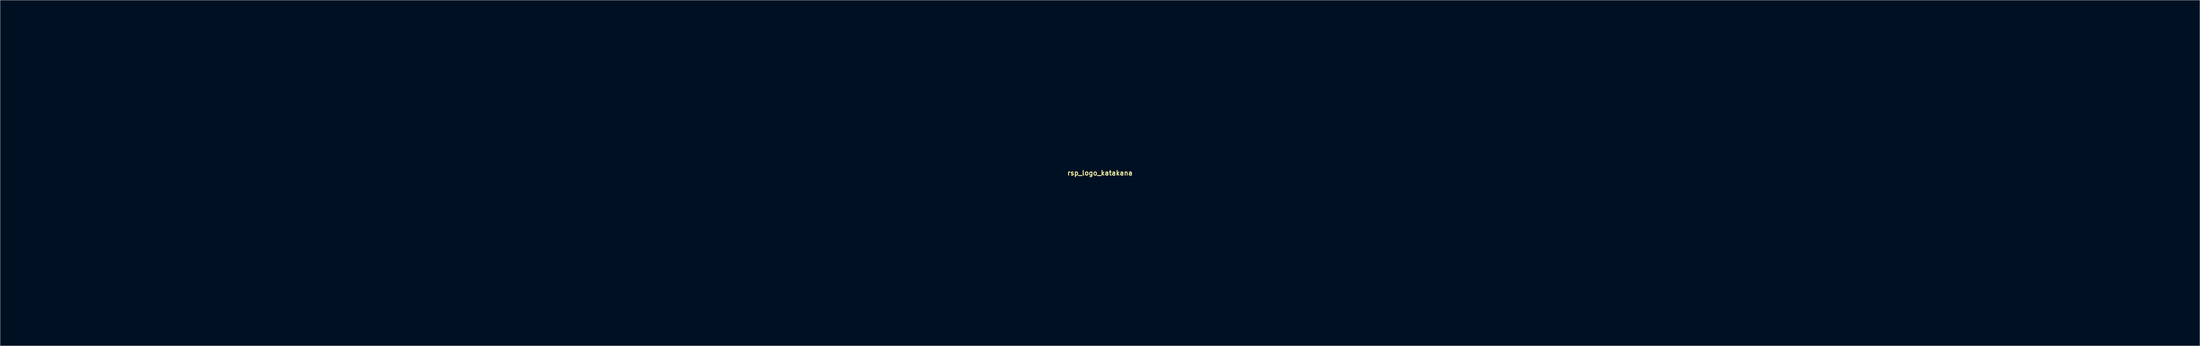
<source format=kicad_pcb>
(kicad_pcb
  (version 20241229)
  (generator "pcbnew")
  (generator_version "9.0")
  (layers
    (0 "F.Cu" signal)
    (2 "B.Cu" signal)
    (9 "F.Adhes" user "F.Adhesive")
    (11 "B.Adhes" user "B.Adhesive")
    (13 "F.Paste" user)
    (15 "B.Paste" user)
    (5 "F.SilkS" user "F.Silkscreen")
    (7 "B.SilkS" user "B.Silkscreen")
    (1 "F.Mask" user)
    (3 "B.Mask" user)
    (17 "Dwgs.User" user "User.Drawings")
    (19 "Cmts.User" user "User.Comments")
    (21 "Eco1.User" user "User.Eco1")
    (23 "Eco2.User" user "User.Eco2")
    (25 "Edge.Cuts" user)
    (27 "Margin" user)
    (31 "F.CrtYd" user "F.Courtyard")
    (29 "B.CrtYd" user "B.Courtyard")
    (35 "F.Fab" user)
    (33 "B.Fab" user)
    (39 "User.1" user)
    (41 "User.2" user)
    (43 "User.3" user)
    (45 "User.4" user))
  (footprint "rsp_logo_katakana"
    (layer "F.Cu")
    (at 352.783 52.922)
    (property "Reference" "rsp_logo_katakana" (at 0 0 0) (layer "F.SilkS") (effects (font (size 1.524 1.524) (thickness 0.3))))
    (attr through_hole)
    (fp_poly (pts (xy -235.656 24.694) (xy -240.242 24.694) (xy -240.242 20.461) (xy -235.656 20.461) (xy -235.656 24.694)) (stroke (width 0.01) (type solid)) (fill no) (layer "Eco2.User"))
    (fp_poly (pts (xy 116.769 -16.581) (xy 107.244 -16.581) (xy 107.244 -28.928) (xy 116.769 -28.928) (xy 116.769 -16.581)) (stroke (width 0.01) (type solid)) (fill no) (layer "Eco2.User"))
    (fp_poly (pts (xy 17.992 26.615) (xy 17.776 27.737) (xy 17.208 28.379) (xy 16.146 28.818) (xy 14.944 28.891) (xy 13.91 28.599) (xy 13.607 28.373) (xy 13.077 27.502) (xy 13.175 26.684) (xy 13.822 26.005) (xy 14.943 25.549) (xy 16.306 25.4) (xy 17.992 25.4) (xy 17.992 26.615)) (stroke (width 0.01) (type solid)) (fill no) (layer "Eco2.User"))
    (fp_poly (pts (xy 58.561 26.615) (xy 58.346 27.737) (xy 57.777 28.379) (xy 56.715 28.818) (xy 55.513 28.891) (xy 54.48 28.599) (xy 54.177 28.373) (xy 53.647 27.502) (xy 53.744 26.684) (xy 54.392 26.005) (xy 55.512 25.549) (xy 56.876 25.4) (xy 58.561 25.4) (xy 58.561 26.615)) (stroke (width 0.01) (type solid)) (fill no) (layer "Eco2.User"))
    (fp_poly (pts (xy 88.282 -37.064) (xy 89.719 -36.327) (xy 90.576 -35.277) (xy 90.874 -34.342) (xy 90.87 -32.793) (xy 90.326 -31.508) (xy 89.377 -30.567) (xy 88.157 -30.049) (xy 86.799 -30.035) (xy 85.436 -30.603) (xy 85.072 -30.878) (xy 84.307 -31.738) (xy 83.819 -32.679) (xy 83.786 -32.801) (xy 83.796 -34.174) (xy 84.341 -35.432) (xy 85.28 -36.443) (xy 86.471 -37.073) (xy 87.775 -37.187) (xy 88.282 -37.064)) (stroke (width 0.01) (type solid)) (fill no) (layer "Eco2.User"))
    (fp_poly (pts (xy 99.066 21.009) (xy 99.797 21.897) (xy 100.283 23.134) (xy 100.452 24.631) (xy 100.231 26.299) (xy 100.205 26.398) (xy 99.583 27.786) (xy 98.659 28.588) (xy 97.499 28.761) (xy 96.772 28.569) (xy 96.009 28.065) (xy 95.532 27.208) (xy 95.296 25.875) (xy 95.25 24.525) (xy 95.288 23.188) (xy 95.442 22.325) (xy 95.776 21.705) (xy 96.116 21.327) (xy 97.154 20.635) (xy 98.161 20.559) (xy 99.066 21.009)) (stroke (width 0.01) (type solid)) (fill no) (layer "Eco2.User"))
    (fp_poly (pts (xy -288.49 -15.682) (xy -286.039 -15.046) (xy -284.699 -14.403) (xy -282.828 -13.334) (xy -288.107 -8.056) (xy -289.31 -8.789) (xy -290.826 -9.37) (xy -292.529 -9.495) (xy -294.118 -9.156) (xy -294.611 -8.915) (xy -295.419 -8.205) (xy -296.169 -7.183) (xy -296.341 -6.864) (xy -296.552 -6.38) (xy -296.716 -5.846) (xy -296.839 -5.17) (xy -296.926 -4.26) (xy -296.984 -3.024) (xy -297.018 -1.37) (xy -297.034 0.793) (xy -297.039 3.557) (xy -297.039 3.992) (xy -297.039 13.406) (xy -304.094 13.406) (xy -304.094 -15.522) (xy -297.039 -15.522) (xy -297.039 -12.705) (xy -295.459 -13.91) (xy -293.332 -15.108) (xy -290.965 -15.701) (xy -288.49 -15.682)) (stroke (width 0.01) (type solid)) (fill no) (layer "Eco2.User"))
    (fp_poly (pts (xy -233.877 27.959) (xy -233.737 28.287) (xy -233.641 28.944) (xy -233.581 30.021) (xy -233.549 31.608) (xy -233.539 33.795) (xy -233.539 34.219) (xy -233.539 40.569) (xy -304.8 40.569) (xy -304.8 34.219) (xy -304.797 31.962) (xy -304.78 30.314) (xy -304.738 29.181) (xy -304.661 28.465) (xy -304.539 28.072) (xy -304.36 27.905) (xy -304.115 27.87) (xy -304.094 27.869) (xy -303.834 27.902) (xy -303.647 28.065) (xy -303.521 28.459) (xy -303.445 29.184) (xy -303.405 30.34) (xy -303.391 32.028) (xy -303.389 33.69) (xy -303.389 39.511) (xy -234.597 39.511) (xy -234.597 33.69) (xy -234.589 31.505) (xy -234.558 29.931) (xy -234.496 28.875) (xy -234.395 28.242) (xy -234.245 27.939) (xy -234.068 27.869) (xy -233.877 27.959)) (stroke (width 0.01) (type solid)) (fill no) (layer "Eco2.User"))
    (fp_poly (pts (xy -233.539 -34.572) (xy -233.546 -32.278) (xy -233.574 -30.598) (xy -233.628 -29.443) (xy -233.718 -28.723) (xy -233.85 -28.347) (xy -234.033 -28.224) (xy -234.068 -28.222) (xy -234.269 -28.316) (xy -234.414 -28.66) (xy -234.509 -29.349) (xy -234.566 -30.48) (xy -234.592 -32.147) (xy -234.597 -33.867) (xy -234.597 -39.511) (xy -303.389 -39.511) (xy -303.389 -33.867) (xy -303.393 -31.756) (xy -303.414 -30.25) (xy -303.464 -29.246) (xy -303.556 -28.642) (xy -303.703 -28.339) (xy -303.918 -28.233) (xy -304.094 -28.222) (xy -304.345 -28.252) (xy -304.528 -28.406) (xy -304.654 -28.78) (xy -304.734 -29.47) (xy -304.778 -30.571) (xy -304.796 -32.179) (xy -304.8 -34.39) (xy -304.8 -34.572) (xy -304.8 -40.922) (xy -233.539 -40.922) (xy -233.539 -34.572)) (stroke (width 0.01) (type solid)) (fill no) (layer "Eco2.User"))
    (fp_poly (pts (xy -242.098 -15.734) (xy -239.68 -15.22) (xy -237.672 -14.274) (xy -236.06 -12.866) (xy -234.827 -10.966) (xy -233.958 -8.544) (xy -233.436 -5.568) (xy -233.245 -2.008) (xy -233.31 1.058) (xy -233.508 3.879) (xy -233.831 6.133) (xy -234.312 7.952) (xy -234.983 9.471) (xy -235.647 10.516) (xy -237.136 12.001) (xy -239.05 13.053) (xy -241.241 13.654) (xy -243.563 13.786) (xy -245.87 13.43) (xy -248.014 12.569) (xy -248.698 12.145) (xy -250.472 10.924) (xy -250.472 24.342) (xy -257.528 24.342) (xy -257.528 0.252) (xy -250.447 0.252) (xy -250.259 2.705) (xy -249.817 4.598) (xy -249.103 5.986) (xy -248.1 6.922) (xy -247.285 7.316) (xy -245.804 7.582) (xy -244.181 7.476) (xy -242.759 7.032) (xy -242.454 6.858) (xy -241.711 6.266) (xy -241.168 5.532) (xy -240.796 4.543) (xy -240.567 3.187) (xy -240.45 1.351) (xy -240.418 -1.058) (xy -240.43 -3.138) (xy -240.475 -4.645) (xy -240.567 -5.708) (xy -240.72 -6.461) (xy -240.949 -7.033) (xy -241.083 -7.272) (xy -242.262 -8.606) (xy -243.831 -9.351) (xy -245.307 -9.525) (xy -247.039 -9.357) (xy -248.354 -8.811) (xy -249.302 -7.819) (xy -249.931 -6.315) (xy -250.293 -4.235) (xy -250.397 -2.816) (xy -250.447 0.252) (xy -257.528 0.252) (xy -257.528 -15.522) (xy -250.825 -15.522) (xy -250.825 -14.111) (xy -250.777 -13.227) (xy -250.656 -12.736) (xy -250.607 -12.7) (xy -250.233 -12.913) (xy -249.544 -13.45) (xy -249.194 -13.749) (xy -247.554 -14.794) (xy -245.519 -15.497) (xy -243.344 -15.787) (xy -242.098 -15.734)) (stroke (width 0.01) (type solid)) (fill no) (layer "Eco2.User"))
    (fp_poly (pts (xy -269.672 -15.681) (xy -268.956 -15.597) (xy -267.228 -15.276) (xy -265.444 -14.792) (xy -263.781 -14.212) (xy -262.419 -13.597) (xy -261.536 -13.013) (xy -261.425 -12.896) (xy -261.42 -12.484) (xy -261.895 -11.767) (xy -262.888 -10.69) (xy -263.116 -10.463) (xy -265.153 -8.446) (xy -266.72 -9.137) (xy -268.425 -9.71) (xy -270.26 -10.034) (xy -272.071 -10.113) (xy -273.702 -9.954) (xy -274.996 -9.561) (xy -275.8 -8.94) (xy -275.866 -8.831) (xy -276.114 -8.018) (xy -276.225 -6.966) (xy -276.225 -6.91) (xy -276.115 -6.056) (xy -275.721 -5.418) (xy -274.949 -4.95) (xy -273.702 -4.601) (xy -271.886 -4.325) (xy -270.917 -4.217) (xy -268.236 -3.871) (xy -266.133 -3.429) (xy -264.481 -2.851) (xy -263.156 -2.097) (xy -262.439 -1.521) (xy -261.058 0.132) (xy -260.264 2.094) (xy -260.032 4.435) (xy -260.058 5.063) (xy -260.532 7.492) (xy -261.609 9.569) (xy -263.264 11.268) (xy -265.476 12.563) (xy -267.441 13.243) (xy -269.06 13.528) (xy -271.123 13.684) (xy -273.379 13.711) (xy -275.579 13.61) (xy -277.471 13.382) (xy -278.26 13.211) (xy -280.291 12.549) (xy -281.919 11.717) (xy -283.264 10.72) (xy -284.39 9.772) (xy -282.178 7.54) (xy -281.103 6.481) (xy -280.39 5.867) (xy -279.922 5.625) (xy -279.581 5.683) (xy -279.406 5.816) (xy -278.769 6.246) (xy -277.757 6.788) (xy -277.094 7.099) (xy -275.485 7.618) (xy -273.674 7.89) (xy -271.813 7.931) (xy -270.052 7.754) (xy -268.544 7.374) (xy -267.438 6.803) (xy -266.919 6.158) (xy -266.685 4.867) (xy -266.892 3.626) (xy -267.475 2.663) (xy -268.013 2.298) (xy -268.599 2.16) (xy -269.722 1.974) (xy -271.218 1.766) (xy -272.829 1.571) (xy -275.67 1.151) (xy -277.908 0.579) (xy -279.637 -0.183) (xy -280.95 -1.176) (xy -281.799 -2.213) (xy -282.288 -3.038) (xy -282.575 -3.832) (xy -282.712 -4.83) (xy -282.751 -6.266) (xy -282.751 -6.526) (xy -282.724 -8.041) (xy -282.602 -9.103) (xy -282.327 -9.964) (xy -281.841 -10.875) (xy -281.68 -11.139) (xy -280.147 -12.97) (xy -278.111 -14.364) (xy -275.641 -15.297) (xy -272.805 -15.744) (xy -269.672 -15.681)) (stroke (width 0.01) (type solid)) (fill no) (layer "Eco2.User"))
    (fp_poly (pts (xy 352.778 52.917) (xy -352.778 52.917) (xy -352.778 -48.683) (xy -320.675 -48.683) (xy -320.675 48.683) (xy -311.503 48.683) (xy -311.503 -47.625) (xy -310.444 -47.625) (xy -310.444 47.625) (xy -227.542 47.625) (xy -227.542 -47.625) (xy -310.444 -47.625) (xy -311.503 -47.625) (xy -311.503 -48.683) (xy -226.483 -48.683) (xy -226.483 48.683) (xy -217.664 48.683) (xy -217.664 18.168) (xy -98.663 18.168) (xy -94.721 31.036) (xy -93.422 31.04) (xy -92.123 31.044) (xy -90.789 26.992) (xy -90.261 25.46) (xy -89.793 24.237) (xy -89.434 23.442) (xy -89.234 23.195) (xy -89.229 23.2) (xy -89.027 23.619) (xy -88.653 24.562) (xy -88.16 25.883) (xy -87.663 27.27) (xy -86.324 31.081) (xy -85.067 30.974) (xy -83.809 30.868) (xy -81.943 24.871) (xy -81.334 22.914) (xy -80.794 21.184) (xy -80.359 19.797) (xy -80.066 18.867) (xy -79.955 18.521) (xy -79.886 18.531) (xy -79.743 18.818) (xy -79.506 19.44) (xy -79.158 20.45) (xy -78.68 21.905) (xy -78.052 23.862) (xy -77.257 26.374) (xy -76.276 29.5) (xy -76.151 29.898) (xy -75.826 30.665) (xy -75.326 30.984) (xy -74.481 31.044) (xy -73.168 31.044) (xy -71.78 26.779) (xy -70.391 22.513) (xy -68.985 26.779) (xy -67.578 31.044) (xy -66.268 31.044) (xy -65.339 30.954) (xy -64.871 30.603) (xy -64.726 30.251) (xy -64.545 29.657) (xy -64.192 28.521) (xy -63.71 26.976) (xy -63.138 25.153) (xy -62.716 23.812) (xy -60.939 18.168) (xy -59.825 21.696) (xy -59.229 23.597) (xy -58.595 25.651) (xy -58.027 27.514) (xy -57.842 28.132) (xy -56.974 31.041) (xy -55.674 31.043) (xy -54.375 31.044) (xy -53.042 26.992) (xy -52.513 25.46) (xy -52.046 24.237) (xy -51.687 23.442) (xy -51.487 23.195) (xy -51.481 23.2) (xy -51.28 23.619) (xy -50.905 24.562) (xy -50.413 25.883) (xy -49.916 27.27) (xy -48.577 31.081) (xy -47.319 30.974) (xy -46.061 30.868) (xy -45.127 27.869) (xy -41.275 27.869) (xy -41.275 31.044) (xy -37.747 31.044) (xy -37.747 27.869) (xy -41.275 27.869) (xy -45.127 27.869) (xy -44.083 24.518) (xy -42.106 18.168) (xy -43.491 18.058) (xy -44.419 18.031) (xy -45.003 18.103) (xy -45.067 18.138) (xy -45.228 18.534) (xy -45.528 19.472) (xy -45.924 20.814) (xy -46.374 22.421) (xy -46.387 22.468) (xy -47.516 26.608) (xy -48.923 22.388) (xy -50.33 18.168) (xy -52.681 18.168) (xy -54.095 22.401) (xy -55.509 26.635) (xy -56.333 23.636) (xy -56.759 22.086) (xy -57.159 20.63) (xy -57.463 19.524) (xy -57.52 19.315) (xy -57.883 17.992) (xy -33.867 17.992) (xy -33.867 31.044) (xy -31.044 31.044) (xy -31.044 26.484) (xy -31.04 24.616) (xy -31.01 23.321) (xy -30.932 22.468) (xy -30.784 21.925) (xy -30.54 21.561) (xy -30.179 21.243) (xy -30.115 21.192) (xy -29.056 20.57) (xy -28.171 20.569) (xy -27.521 20.986) (xy -27.113 21.253) (xy -26.697 21.155) (xy -26.081 20.619) (xy -25.803 20.336) (xy -25.133 19.595) (xy -24.919 19.147) (xy -25.097 18.81) (xy -25.22 18.7) (xy -26.104 18.296) (xy -24.694 18.296) (xy -24.577 18.725) (xy -24.253 19.701) (xy -23.76 21.111) (xy -23.139 22.841) (xy -22.533 24.498) (xy -20.371 30.354) (xy -20.974 31.934) (xy -21.405 32.908) (xy -21.835 33.376) (xy -22.446 33.511) (xy -22.607 33.514) (xy -23.267 33.572) (xy -23.561 33.882) (xy -23.635 34.646) (xy -23.636 34.925) (xy -23.573 35.794) (xy -23.293 36.241) (xy -22.662 36.322) (xy -21.545 36.091) (xy -21.075 35.964) (xy -20.071 35.524) (xy -19.325 34.921) (xy -19.251 34.819) (xy -19.008 34.307) (xy -18.576 33.261) (xy -17.995 31.793) (xy -17.308 30.017) (xy -16.557 28.046) (xy -15.786 25.992) (xy -15.035 23.97) (xy -14.348 22.09) (xy -13.766 20.468) (xy -13.333 19.215) (xy -13.09 18.445) (xy -13.053 18.269) (xy -13.365 18.097) (xy -14.148 18.042) (xy -14.523 18.06) (xy -15.993 18.168) (xy -17.336 22.187) (xy -17.869 23.756) (xy -18.327 25.065) (xy -18.663 25.976) (xy -18.828 26.353) (xy -18.828 26.354) (xy -18.988 26.098) (xy -19.318 25.292) (xy -19.772 24.058) (xy -20.303 22.517) (xy -20.364 22.335) (xy -21.751 18.168) (xy -23.223 18.06) (xy -24.126 18.066) (xy -24.645 18.211) (xy -24.694 18.296) (xy -26.104 18.296) (xy -26.155 18.273) (xy -27.471 18.073) (xy -28.88 18.112) (xy -30.09 18.403) (xy -30.28 18.491) (xy -31.024 18.838) (xy -31.337 18.832) (xy -31.397 18.53) (xy -31.653 18.135) (xy -32.48 17.993) (xy -32.632 17.992) (xy -10.936 17.992) (xy -10.936 31.044) (xy -8.114 31.044) (xy -8.114 26.619) (xy -8.107 24.771) (xy -8.07 23.49) (xy -7.981 22.637) (xy -7.817 22.072) (xy -7.555 21.657) (xy -7.248 21.327) (xy -6.234 20.609) (xy -5.227 20.565) (xy -4.105 21.192) (xy -4.105 21.192) (xy -3.724 21.514) (xy -3.465 21.864) (xy -3.304 22.372) (xy -3.217 23.17) (xy -3.182 24.392) (xy -3.175 26.167) (xy -3.175 26.484) (xy -3.175 31.044) (xy -0.353 31.044) (xy -0.353 26.619) (xy -0.346 24.771) (xy -0.309 23.49) (xy -0.22 22.637) (xy -0.056 22.072) (xy 0.206 21.657) (xy 0.513 21.327) (xy 1.527 20.609) (xy 2.534 20.565) (xy 3.656 21.192) (xy 3.657 21.192) (xy 4.037 21.514) (xy 4.296 21.864) (xy 4.457 22.372) (xy 4.544 23.17) (xy 4.579 24.392) (xy 4.586 26.167) (xy 4.586 26.484) (xy 4.586 31.044) (xy 7.408 31.044) (xy 7.408 27.281) (xy 10.231 27.281) (xy 10.367 28.437) (xy 10.705 29.425) (xy 10.805 29.591) (xy 11.919 30.606) (xy 13.436 31.201) (xy 15.162 31.335) (xy 16.908 30.97) (xy 17.121 30.886) (xy 17.9 30.638) (xy 18.321 30.654) (xy 18.344 30.71) (xy 18.655 30.931) (xy 19.417 31.042) (xy 19.579 31.044) (xy 20.814 31.044) (xy 20.814 25.831) (xy 20.794 23.535) (xy 20.712 21.833) (xy 20.531 20.614) (xy 20.217 19.766) (xy 19.734 19.177) (xy 19.047 18.738) (xy 18.486 18.484) (xy 16.947 18.083) (xy 15.218 18.008) (xy 13.513 18.231) (xy 12.048 18.723) (xy 11.038 19.456) (xy 11.029 19.467) (xy 10.822 19.921) (xy 11.084 20.425) (xy 11.479 20.827) (xy 12.119 21.365) (xy 12.606 21.448) (xy 13.288 21.116) (xy 13.381 21.061) (xy 14.69 20.555) (xy 15.965 20.507) (xy 17.046 20.869) (xy 17.772 21.593) (xy 17.992 22.456) (xy 17.921 22.958) (xy 17.587 23.204) (xy 16.806 23.285) (xy 16.316 23.292) (xy 13.941 23.482) (xy 12.163 24.033) (xy 10.968 24.954) (xy 10.341 26.255) (xy 10.231 27.281) (xy 7.408 27.281) (xy 7.408 26.247) (xy 7.385 24.055) (xy 7.307 22.446) (xy 7.163 21.297) (xy 6.942 20.487) (xy 6.852 20.277) (xy 5.929 19.093) (xy 4.59 18.325) (xy 3.011 18.011) (xy 1.37 18.185) (xy -0.127 18.863) (xy -0.894 19.33) (xy -1.353 19.508) (xy -1.411 19.468) (xy -1.684 19.127) (xy -2.35 18.648) (xy -2.436 18.597) (xy -3.86 18.103) (xy -5.497 18.045) (xy -7 18.432) (xy -7.144 18.502) (xy -7.82 18.811) (xy -8.08 18.75) (xy -8.114 18.5) (xy -8.376 18.141) (xy -9.216 17.997) (xy -9.525 17.992) (xy 24.694 17.992) (xy 24.694 31.044) (xy 27.517 31.044) (xy 27.517 26.619) (xy 27.523 24.775) (xy 27.558 23.497) (xy 27.646 22.645) (xy 27.811 22.079) (xy 28.075 21.66) (xy 28.422 21.288) (xy 29.212 20.668) (xy 30.014 20.539) (xy 30.45 20.603) (xy 31.213 20.812) (xy 31.755 21.165) (xy 32.114 21.771) (xy 32.325 22.739) (xy 32.427 24.179) (xy 32.455 26.199) (xy 32.456 26.526) (xy 32.456 31.044) (xy 35.278 31.044) (xy 35.278 29.53) (xy 37.714 29.53) (xy 38.567 30.089) (xy 40.433 30.935) (xy 42.584 31.315) (xy 44.759 31.21) (xy 46.492 30.695) (xy 47.869 29.737) (xy 48.704 28.424) (xy 48.872 27.281) (xy 50.8 27.281) (xy 50.936 28.437) (xy 51.274 29.425) (xy 51.374 29.591) (xy 52.489 30.606) (xy 54.005 31.201) (xy 55.732 31.335) (xy 57.477 30.97) (xy 57.69 30.886) (xy 58.47 30.638) (xy 58.89 30.654) (xy 58.914 30.71) (xy 59.224 30.931) (xy 59.987 31.042) (xy 60.149 31.044) (xy 61.383 31.044) (xy 61.383 25.831) (xy 61.364 23.535) (xy 61.281 21.833) (xy 61.1 20.614) (xy 60.786 19.766) (xy 60.488 19.403) (xy 64.206 19.403) (xy 64.316 20.177) (xy 64.729 20.45) (xy 64.911 20.461) (xy 65.21 20.503) (xy 65.41 20.706) (xy 65.531 21.189) (xy 65.592 22.067) (xy 65.614 23.46) (xy 65.617 24.667) (xy 65.625 26.466) (xy 65.667 27.71) (xy 65.77 28.551) (xy 65.958 29.138) (xy 66.259 29.623) (xy 66.53 29.959) (xy 67.204 30.637) (xy 67.92 30.956) (xy 68.984 31.044) (xy 69.176 31.044) (xy 70.908 31.044) (xy 70.908 29.832) (xy 70.84 29.003) (xy 70.497 28.639) (xy 69.762 28.509) (xy 68.615 28.399) (xy 68.602 27.869) (xy 73.731 27.869) (xy 73.731 31.044) (xy 77.258 31.044) (xy 77.258 27.869) (xy 73.731 27.869) (xy 68.602 27.869) (xy 68.538 25.327) (xy 80.501 25.327) (xy 80.698 26.993) (xy 80.775 27.302) (xy 81.544 28.96) (xy 82.75 30.275) (xy 84.174 31.051) (xy 85.644 31.269) (xy 87.311 31.147) (xy 88.85 30.731) (xy 89.644 30.312) (xy 90.715 29.549) (xy 89.783 28.576) (xy 88.85 27.603) (xy 87.539 28.321) (xy 86.639 28.756) (xy 85.997 28.834) (xy 85.285 28.586) (xy 85.193 28.542) (xy 84.147 27.76) (xy 83.521 26.568) (xy 83.288 24.986) (xy 92.432 24.986) (xy 92.576 26.728) (xy 92.895 28.219) (xy 93.335 29.167) (xy 94.682 30.443) (xy 96.364 31.182) (xy 98.208 31.338) (xy 99.936 30.914) (xy 101.368 30.045) (xy 102.344 28.799) (xy 102.951 27.049) (xy 103.052 26.537) (xy 103.245 24.152) (xy 102.965 22.038) (xy 102.246 20.291) (xy 101.12 19.007) (xy 100.379 18.551) (xy 98.522 18.02) (xy 96.656 18.109) (xy 94.939 18.773) (xy 93.53 19.97) (xy 93.113 20.546) (xy 92.695 21.667) (xy 92.469 23.223) (xy 92.432 24.986) (xy 83.288 24.986) (xy 83.27 24.867) (xy 83.261 24.403) (xy 83.319 23.192) (xy 83.573 22.376) (xy 84.13 21.652) (xy 84.287 21.492) (xy 85.47 20.66) (xy 86.658 20.533) (xy 87.863 21.108) (xy 87.919 21.152) (xy 88.797 21.842) (xy 89.738 20.86) (xy 90.323 20.201) (xy 90.451 19.803) (xy 90.169 19.435) (xy 90.054 19.333) (xy 88.512 18.405) (xy 86.753 18.008) (xy 84.949 18.119) (xy 83.273 18.714) (xy 81.895 19.769) (xy 81.336 20.521) (xy 80.842 21.813) (xy 80.556 23.508) (xy 80.501 25.327) (xy 68.538 25.327) (xy 68.516 24.43) (xy 68.416 20.461) (xy 69.662 20.461) (xy 70.497 20.404) (xy 70.841 20.11) (xy 70.908 19.403) (xy 70.84 18.692) (xy 70.49 18.4) (xy 69.674 18.344) (xy 68.439 18.344) (xy 68.439 17.992) (xy 106.539 17.992) (xy 106.539 31.044) (xy 109.361 31.044) (xy 109.361 26.619) (xy 109.368 24.775) (xy 109.403 23.497) (xy 109.491 22.645) (xy 109.655 22.079) (xy 109.919 21.66) (xy 110.266 21.288) (xy 111.057 20.668) (xy 111.859 20.539) (xy 112.295 20.603) (xy 113.058 20.812) (xy 113.6 21.165) (xy 113.958 21.771) (xy 114.17 22.739) (xy 114.271 24.179) (xy 114.3 26.199) (xy 114.3 26.526) (xy 114.3 31.044) (xy 117.066 31.044) (xy 117.182 26.426) (xy 117.237 24.533) (xy 117.306 23.214) (xy 117.411 22.341) (xy 117.577 21.784) (xy 117.826 21.411) (xy 118.131 21.135) (xy 119.31 20.544) (xy 120.48 20.607) (xy 121.356 21.167) (xy 121.648 21.524) (xy 121.847 21.995) (xy 121.97 22.71) (xy 122.035 23.802) (xy 122.059 25.4) (xy 122.061 26.458) (xy 122.061 31.044) (xy 124.883 31.044) (xy 124.883 26.088) (xy 124.853 23.719) (xy 124.743 21.943) (xy 124.521 20.652) (xy 124.157 19.734) (xy 123.621 19.081) (xy 122.881 18.581) (xy 122.778 18.527) (xy 121.246 18.07) (xy 119.522 18.062) (xy 117.937 18.495) (xy 117.563 18.693) (xy 116.786 19.13) (xy 116.252 19.198) (xy 115.606 18.896) (xy 115.27 18.693) (xy 113.776 18.135) (xy 112.085 18.035) (xy 110.528 18.407) (xy 110.331 18.502) (xy 109.655 18.811) (xy 109.395 18.75) (xy 109.361 18.5) (xy 109.099 18.141) (xy 108.259 17.997) (xy 107.95 17.992) (xy 106.539 17.992) (xy 68.439 17.992) (xy 68.439 14.464) (xy 65.617 14.464) (xy 65.617 16.404) (xy 65.586 17.525) (xy 65.454 18.11) (xy 65.159 18.324) (xy 64.911 18.344) (xy 64.395 18.511) (xy 64.213 19.13) (xy 64.206 19.403) (xy 60.488 19.403) (xy 60.303 19.177) (xy 59.616 18.738) (xy 59.056 18.484) (xy 57.517 18.083) (xy 55.787 18.008) (xy 54.082 18.231) (xy 52.617 18.723) (xy 51.607 19.456) (xy 51.598 19.467) (xy 51.391 19.921) (xy 51.653 20.425) (xy 52.049 20.827) (xy 52.688 21.365) (xy 53.175 21.448) (xy 53.857 21.116) (xy 53.951 21.061) (xy 55.259 20.555) (xy 56.534 20.507) (xy 57.615 20.869) (xy 58.342 21.593) (xy 58.561 22.456) (xy 58.49 22.958) (xy 58.156 23.204) (xy 57.376 23.285) (xy 56.885 23.292) (xy 54.51 23.482) (xy 52.732 24.033) (xy 51.537 24.954) (xy 50.91 26.255) (xy 50.8 27.281) (xy 48.872 27.281) (xy 48.93 26.886) (xy 48.813 26.141) (xy 48.205 24.879) (xy 47.094 24.011) (xy 45.424 23.502) (xy 44.606 23.393) (xy 43.363 23.229) (xy 42.342 23.021) (xy 41.892 22.87) (xy 41.364 22.28) (xy 41.36 21.519) (xy 41.871 20.877) (xy 41.957 20.826) (xy 43.009 20.531) (xy 44.334 20.487) (xy 45.548 20.692) (xy 45.918 20.844) (xy 46.536 21.019) (xy 47.146 20.724) (xy 47.482 20.43) (xy 48.064 19.814) (xy 48.329 19.396) (xy 48.331 19.38) (xy 48.013 19.035) (xy 47.193 18.664) (xy 46.066 18.328) (xy 44.831 18.084) (xy 43.702 17.992) (xy 41.739 18.228) (xy 40.182 18.894) (xy 39.102 19.922) (xy 38.569 21.246) (xy 38.653 22.799) (xy 38.654 22.804) (xy 39.246 24.088) (xy 40.314 24.987) (xy 41.928 25.549) (xy 43.003 25.722) (xy 44.703 26.047) (xy 45.722 26.542) (xy 46.066 27.21) (xy 45.898 27.8) (xy 45.177 28.462) (xy 44.028 28.797) (xy 42.654 28.795) (xy 41.257 28.45) (xy 40.374 28.001) (xy 39.842 27.745) (xy 39.374 27.879) (xy 38.722 28.478) (xy 38.677 28.525) (xy 37.714 29.53) (xy 35.278 29.53) (xy 35.278 26.129) (xy 35.254 24.26) (xy 35.187 22.578) (xy 35.089 21.244) (xy 34.967 20.416) (xy 34.934 20.308) (xy 34.183 19.249) (xy 32.965 18.485) (xy 31.475 18.072) (xy 29.91 18.063) (xy 28.487 18.502) (xy 27.81 18.811) (xy 27.55 18.75) (xy 27.517 18.5) (xy 27.255 18.141) (xy 26.415 17.997) (xy 26.106 17.992) (xy 24.694 17.992) (xy -9.525 17.992) (xy -10.936 17.992) (xy -32.632 17.992) (xy -33.867 17.992) (xy -57.883 17.992) (xy -64.05 17.992) (xy -65.057 21.784) (xy -65.485 23.358) (xy -65.868 24.699) (xy -66.159 25.647) (xy -66.297 26.02) (xy -66.485 25.877) (xy -66.832 25.169) (xy -67.292 24.008) (xy -67.819 22.502) (xy -67.909 22.228) (xy -68.483 20.48) (xy -68.903 19.295) (xy -69.233 18.562) (xy -69.537 18.173) (xy -69.881 18.02) (xy -70.327 17.992) (xy -70.403 17.992) (xy -71.519 17.992) (xy -72.868 22.239) (xy -73.396 23.816) (xy -73.864 25.048) (xy -74.227 25.827) (xy -74.44 26.05) (xy -74.456 26.031) (xy -74.64 25.52) (xy -74.956 24.486) (xy -75.355 23.09) (xy -75.712 21.785) (xy -76.729 17.994) (xy -79.806 17.993) (xy -82.883 17.992) (xy -83.41 19.844) (xy -83.789 21.193) (xy -84.24 22.831) (xy -84.6 24.154) (xy -85.262 26.612) (xy -86.669 22.39) (xy -88.077 18.168) (xy -90.429 18.168) (xy -93.252 26.635) (xy -94.404 22.454) (xy -94.859 20.838) (xy -95.256 19.484) (xy -95.556 18.531) (xy -95.715 18.115) (xy -95.719 18.11) (xy -96.142 18.032) (xy -96.992 18.039) (xy -97.272 18.058) (xy -98.663 18.168) (xy -217.664 18.168) (xy -217.664 -1.764) (xy -200.731 -1.764) (xy -200.731 1.764) (xy 273.756 1.764) (xy 273.756 -1.764) (xy -200.731 -1.764) (xy -217.664 -1.764) (xy -217.664 -11.272) (xy -168.696 -11.272) (xy -162.754 -11.368) (xy -156.812 -11.465) (xy -155.866 -21.696) (xy -155.622 -24.365) (xy -155.561 -25.047) (xy -152.4 -25.047) (xy -152.4 -19.756) (xy -131.939 -19.756) (xy -131.939 -25.047) (xy -152.4 -25.047) (xy -155.561 -25.047) (xy -155.399 -26.855) (xy -155.207 -29.064) (xy -155.053 -30.892) (xy -154.947 -32.238) (xy -154.897 -33.001) (xy -154.895 -33.073) (xy -154.869 -34.219) (xy -131.233 -34.219) (xy -131.233 -28.928) (xy -121.532 -28.928) (xy -118.998 -28.919) (xy -116.711 -28.893) (xy -114.761 -28.852) (xy -113.238 -28.8) (xy -112.232 -28.739) (xy -111.834 -28.67) (xy -111.831 -28.664) (xy -111.936 -28.242) (xy -112.223 -27.297) (xy -112.646 -25.972) (xy -113.108 -24.567) (xy -113.696 -22.84) (xy -114.131 -21.768) (xy -114.48 -21.333) (xy -114.807 -21.518) (xy -115.179 -22.308) (xy -115.662 -23.686) (xy -115.734 -23.901) (xy -116.474 -26.106) (xy -122.09 -26.106) (xy -123.991 -26.1) (xy -125.616 -26.085) (xy -126.848 -26.063) (xy -127.568 -26.035) (xy -127.706 -26.015) (xy -127.592 -25.671) (xy -127.273 -24.763) (xy -126.786 -23.39) (xy -126.164 -21.651) (xy -125.444 -19.647) (xy -125.228 -19.047) (xy -124.476 -16.957) (xy -123.799 -15.08) (xy -123.238 -13.522) (xy -122.83 -12.388) (xy -122.613 -11.785) (xy -122.594 -11.73) (xy -122.212 -11.577) (xy -121.283 -11.453) (xy -119.952 -11.359) (xy -118.363 -11.298) (xy -116.661 -11.27) (xy -114.991 -11.277) (xy -113.497 -11.32) (xy -112.325 -11.401) (xy -111.849 -11.482) (xy -86.783 -11.482) (xy -86.45 -11.418) (xy -85.526 -11.364) (xy -84.126 -11.321) (xy -82.367 -11.295) (xy -80.842 -11.289) (xy -74.901 -11.289) (xy -62.498 -27.693) (xy -68.366 -27.79) (xy -70.348 -27.814) (xy -72.093 -27.817) (xy -73.475 -27.802) (xy -74.366 -27.768) (xy -74.632 -27.734) (xy -74.92 -27.43) (xy -75.557 -26.645) (xy -76.478 -25.467) (xy -77.615 -23.986) (xy -78.904 -22.288) (xy -80.279 -20.461) (xy -81.674 -18.595) (xy -83.023 -16.776) (xy -84.26 -15.092) (xy -85.32 -13.633) (xy -86.136 -12.485) (xy -86.644 -11.736) (xy -86.783 -11.482) (xy -111.849 -11.482) (xy -111.618 -11.521) (xy -111.478 -11.621) (xy -111.591 -12.095) (xy -111.888 -13.037) (xy -112.308 -14.253) (xy -112.36 -14.397) (xy -112.788 -15.613) (xy -113.102 -16.557) (xy -113.24 -17.044) (xy -113.242 -17.064) (xy -112.911 -17.149) (xy -112.01 -17.219) (xy -110.672 -17.267) (xy -109.033 -17.286) (xy -108.895 -17.286) (xy -104.549 -17.286) (xy -101.991 -23.218) (xy -101.151 -25.222) (xy -100.404 -27.106) (xy -99.801 -28.734) (xy -99.393 -29.969) (xy -99.238 -30.609) (xy -99.178 -31.625) (xy -99.426 -32.346) (xy -100.107 -33.134) (xy -100.118 -33.144) (xy -101.193 -34.219) (xy -96.308 -34.219) (xy -96.308 -28.928) (xy -81.139 -28.928) (xy -81.139 -31.75) (xy -60.325 -31.75) (xy -60.325 -26.458) (xy -56.092 -26.458) (xy -56.092 -14.817) (xy -46.214 -14.817) (xy -46.214 -26.458) (xy -41.213 -26.458) (xy -41.417 -25.135) (xy -41.534 -24.324) (xy -41.72 -22.972) (xy -41.955 -21.241) (xy -42.215 -19.289) (xy -42.34 -18.344) (xy -42.6 -16.399) (xy -42.841 -14.652) (xy -43.044 -13.246) (xy -43.187 -12.324) (xy -43.232 -12.083) (xy -43.405 -11.289) (xy -33.251 -11.289) (xy -9.538 -11.289) (xy -5.387 -11.289) (xy -1.235 -11.289) (xy 1.382 -20.902) (xy 2.066 -23.409) (xy 2.695 -25.705) (xy 3.242 -27.697) (xy 3.685 -29.295) (xy 3.996 -30.408) (xy 4.151 -30.943) (xy 4.159 -30.967) (xy 4.081 -31.16) (xy 3.627 -31.281) (xy 2.707 -31.34) (xy 1.229 -31.343) (xy -0.025 -31.32) (xy -4.368 -31.221) (xy -6.714 -22.225) (xy -7.355 -19.763) (xy -7.948 -17.484) (xy -8.466 -15.489) (xy -8.883 -13.881) (xy -9.171 -12.762) (xy -9.299 -12.259) (xy -9.538 -11.289) (xy -33.251 -11.289) (xy -33.054 -12.612) (xy -32.945 -13.393) (xy -32.767 -14.729) (xy -32.538 -16.478) (xy -32.278 -18.493) (xy -32.061 -20.197) (xy -31.265 -26.458) (xy -26.458 -26.458) (xy -26.458 -31.397) (xy -24.081 -31.397) (xy -23.898 -30.251) (xy -23.802 -29.529) (xy -23.652 -28.246) (xy -23.461 -26.541) (xy -23.247 -24.555) (xy -23.068 -22.842) (xy -22.422 -16.581) (xy -19.501 -16.581) (xy -17.938 -16.616) (xy -16.999 -16.73) (xy -16.608 -16.935) (xy -16.586 -17.022) (xy -16.624 -17.499) (xy -16.726 -18.558) (xy -16.88 -20.082) (xy -17.075 -21.95) (xy -17.291 -23.989) (xy -17.512 -26.079) (xy -17.705 -27.94) (xy -17.857 -29.453) (xy -17.956 -30.499) (xy -17.991 -30.956) (xy -18.223 -31.188) (xy -18.971 -31.33) (xy -20.313 -31.392) (xy -21.036 -31.397) (xy -15.937 -31.397) (xy -15.735 -30.074) (xy -15.627 -29.253) (xy -15.467 -27.894) (xy -15.273 -26.164) (xy -15.064 -24.225) (xy -14.984 -23.46) (xy -14.744 -21.096) (xy -14.557 -19.342) (xy -14.374 -18.107) (xy -14.15 -17.301) (xy -13.838 -16.834) (xy -13.39 -16.618) (xy -12.762 -16.561) (xy -11.905 -16.575) (xy -11.41 -16.581) (xy -8.722 -16.581) (xy -8.935 -18.785) (xy -9.042 -19.959) (xy -9.188 -21.633) (xy -9.354 -23.607) (xy -9.525 -25.677) (xy -9.567 -26.194) (xy -9.986 -31.397) (xy -15.937 -31.397) (xy -21.036 -31.397) (xy -24.081 -31.397) (xy -26.458 -31.397) (xy -26.458 -31.75) (xy -30.678 -31.75) (xy -30.34 -34.219) (xy 7.056 -34.219) (xy 7.056 -11.289) (xy 18.697 -11.289) (xy 18.697 -21.167) (xy 37.042 -21.167) (xy 37.042 -26.458) (xy 18.697 -26.458) (xy 18.697 -34.219) (xy 56.092 -34.219) (xy 56.092 -28.928) (xy 65.44 -28.928) (xy 67.926 -28.921) (xy 70.162 -28.902) (xy 72.059 -28.872) (xy 73.523 -28.834) (xy 74.464 -28.789) (xy 74.789 -28.74) (xy 74.73 -28.348) (xy 74.568 -27.378) (xy 74.323 -25.95) (xy 74.016 -24.181) (xy 73.667 -22.189) (xy 73.298 -20.09) (xy 72.929 -18.004) (xy 72.581 -16.048) (xy 72.275 -14.34) (xy 72.031 -12.998) (xy 71.87 -12.138) (xy 71.823 -11.906) (xy 71.819 -11.677) (xy 71.996 -11.513) (xy 72.448 -11.403) (xy 73.273 -11.336) (xy 74.568 -11.302) (xy 76.429 -11.29) (xy 77.468 -11.289) (xy 79.399 -11.297) (xy 81.057 -11.32) (xy 82.325 -11.355) (xy 83.086 -11.398) (xy 83.256 -11.432) (xy 83.317 -11.818) (xy 83.485 -12.766) (xy 83.735 -14.149) (xy 84.044 -15.835) (xy 84.387 -17.695) (xy 84.741 -19.599) (xy 85.081 -21.417) (xy 85.384 -23.019) (xy 85.625 -24.276) (xy 85.742 -24.871) (xy 86.097 -26.635) (xy 87.817 -26.696) (xy 89.858 -27.083) (xy 91.656 -28.027) (xy 93.067 -29.427) (xy 93.816 -30.803) (xy 94.087 -32.063) (xy 97.014 -32.063) (xy 97.014 -22.813) (xy 97.019 -19.823) (xy 97.045 -17.458) (xy 97.104 -15.637) (xy 97.21 -14.28) (xy 97.378 -13.306) (xy 97.62 -12.635) (xy 97.95 -12.185) (xy 98.382 -11.877) (xy 98.904 -11.639) (xy 99.463 -11.555) (xy 100.627 -11.484) (xy 102.297 -11.425) (xy 104.371 -11.379) (xy 106.75 -11.345) (xy 109.334 -11.324) (xy 112.022 -11.316) (xy 114.715 -11.321) (xy 117.312 -11.338) (xy 119.713 -11.369) (xy 121.818 -11.412) (xy 123.526 -11.468) (xy 124.066 -11.499) (xy 141.817 -11.499) (xy 142.15 -11.429) (xy 143.072 -11.369) (xy 144.467 -11.323) (xy 146.218 -11.295) (xy 147.615 -11.289) (xy 153.413 -11.289) (xy 165.402 -27.693) (xy 159.531 -27.79) (xy 157.549 -27.814) (xy 155.804 -27.817) (xy 154.422 -27.802) (xy 153.531 -27.769) (xy 153.265 -27.735) (xy 152.984 -27.425) (xy 152.367 -26.624) (xy 151.48 -25.423) (xy 150.387 -23.915) (xy 149.151 -22.19) (xy 147.837 -20.339) (xy 146.508 -18.453) (xy 145.231 -16.623) (xy 144.067 -14.94) (xy 143.082 -13.496) (xy 142.34 -12.38) (xy 141.905 -11.684) (xy 141.817 -11.499) (xy 124.066 -11.499) (xy 124.738 -11.538) (xy 125.353 -11.62) (xy 125.371 -11.626) (xy 126.204 -12.166) (xy 126.893 -12.933) (xy 127.092 -13.296) (xy 127.244 -13.764) (xy 127.357 -14.427) (xy 127.436 -15.376) (xy 127.487 -16.7) (xy 127.515 -18.489) (xy 127.527 -20.833) (xy 127.529 -22.754) (xy 127.525 -25.52) (xy 127.517 -26.458) (xy 130.881 -26.458) (xy 130.881 -21.519) (xy 144.639 -21.519) (xy 144.639 -26.458) (xy 130.881 -26.458) (xy 127.517 -26.458) (xy 127.508 -27.67) (xy 127.473 -29.295) (xy 127.413 -30.484) (xy 127.324 -31.328) (xy 127.198 -31.917) (xy 127.031 -32.34) (xy 126.893 -32.575) (xy 126.152 -33.382) (xy 125.338 -33.895) (xy 124.728 -33.987) (xy 123.463 -34.061) (xy 121.595 -34.115) (xy 119.174 -34.149) (xy 116.25 -34.162) (xy 112.876 -34.153) (xy 111.568 -34.144) (xy 98.716 -34.043) (xy 97.865 -33.053) (xy 97.014 -32.063) (xy 94.087 -32.063) (xy 94.114 -32.19) (xy 94.168 -33.88) (xy 94.13 -34.219) (xy 130.881 -34.219) (xy 130.881 -29.281) (xy 144.639 -29.281) (xy 144.639 -31.075) (xy 153.485 -31.075) (xy 153.559 -30.42) (xy 153.892 -30.1) (xy 154.529 -29.996) (xy 155.375 -29.986) (xy 156.547 -30.035) (xy 157.187 -30.216) (xy 157.219 -30.258) (xy 158.865 -30.258) (xy 159.175 -30.071) (xy 159.951 -29.996) (xy 160.797 -29.986) (xy 162.892 -29.986) (xy 163.023 -30.692) (xy 168.275 -30.692) (xy 168.275 -26.458) (xy 175.683 -26.458) (xy 175.683 -15.875) (xy 168.275 -15.875) (xy 168.275 -11.289) (xy 193.322 -11.289) (xy 193.322 -15.875) (xy 185.914 -15.875) (xy 185.914 -16.855) (xy 195.439 -16.855) (xy 195.772 -16.762) (xy 196.692 -16.682) (xy 198.08 -16.622) (xy 199.817 -16.587) (xy 201.022 -16.581) (xy 206.606 -16.581) (xy 207.4 -21.255) (xy 207.708 -23.036) (xy 207.987 -24.602) (xy 208.211 -25.802) (xy 208.351 -26.486) (xy 208.367 -26.547) (xy 208.523 -26.821) (xy 208.892 -27.001) (xy 209.598 -27.105) (xy 210.768 -27.153) (xy 212.396 -27.164) (xy 213.95 -27.152) (xy 215.205 -27.121) (xy 216.017 -27.074) (xy 216.253 -27.027) (xy 216.191 -26.656) (xy 216.018 -25.693) (xy 215.752 -24.24) (xy 215.412 -22.401) (xy 215.017 -20.275) (xy 214.845 -19.354) (xy 214.432 -17.132) (xy 214.067 -15.144) (xy 213.768 -13.495) (xy 213.554 -12.289) (xy 213.445 -11.631) (xy 213.434 -11.545) (xy 213.766 -11.459) (xy 214.686 -11.396) (xy 216.077 -11.359) (xy 217.822 -11.353) (xy 219.147 -11.368) (xy 224.864 -11.465) (xy 226.362 -18.874) (xy 227 -22.156) (xy 227.458 -24.821) (xy 227.74 -26.931) (xy 227.855 -28.549) (xy 227.807 -29.738) (xy 227.603 -30.561) (xy 227.531 -30.711) (xy 227.183 -31.243) (xy 226.717 -31.656) (xy 226.049 -31.965) (xy 225.092 -32.183) (xy 223.758 -32.327) (xy 221.961 -32.41) (xy 219.615 -32.448) (xy 217.282 -32.456) (xy 209.458 -32.456) (xy 209.658 -33.69) (xy 209.744 -34.219) (xy 231.775 -34.219) (xy 231.775 -11.289) (xy 243.417 -11.289) (xy 243.417 -21.167) (xy 261.761 -21.167) (xy 261.761 -26.458) (xy 243.417 -26.458) (xy 243.417 -34.219) (xy 231.775 -34.219) (xy 209.744 -34.219) (xy 209.858 -34.925) (xy 204.243 -34.925) (xy 202.139 -34.922) (xy 200.636 -34.903) (xy 199.628 -34.853) (xy 199.009 -34.759) (xy 198.673 -34.606) (xy 198.517 -34.379) (xy 198.449 -34.131) (xy 198.33 -33.527) (xy 198.119 -32.382) (xy 197.837 -30.812) (xy 197.504 -28.934) (xy 197.141 -26.866) (xy 196.767 -24.725) (xy 196.403 -22.627) (xy 196.07 -20.689) (xy 195.788 -19.029) (xy 195.577 -17.764) (xy 195.458 -17.01) (xy 195.439 -16.855) (xy 185.914 -16.855) (xy 185.914 -26.458) (xy 193.322 -26.458) (xy 193.322 -30.692) (xy 168.275 -30.692) (xy 163.023 -30.692) (xy 163.304 -32.191) (xy 163.555 -33.531) (xy 163.783 -34.728) (xy 163.907 -35.366) (xy 164.098 -36.336) (xy 159.921 -36.336) (xy 159.485 -33.778) (xy 159.247 -32.433) (xy 159.031 -31.305) (xy 158.882 -30.626) (xy 158.876 -30.603) (xy 158.865 -30.258) (xy 157.219 -30.258) (xy 157.464 -30.578) (xy 157.472 -30.603) (xy 157.652 -31.366) (xy 157.877 -32.511) (xy 158.104 -33.789) (xy 158.29 -34.952) (xy 158.39 -35.751) (xy 158.397 -35.889) (xy 158.209 -36.168) (xy 157.563 -36.285) (xy 156.385 -36.266) (xy 154.373 -36.16) (xy 153.938 -33.867) (xy 153.626 -32.183) (xy 153.485 -31.075) (xy 144.639 -31.075) (xy 144.639 -34.219) (xy 130.881 -34.219) (xy 94.13 -34.219) (xy 93.984 -35.515) (xy 93.713 -36.446) (xy 92.659 -38.17) (xy 91.223 -39.41) (xy 89.527 -40.172) (xy 87.692 -40.467) (xy 85.839 -40.3) (xy 84.09 -39.68) (xy 82.566 -38.615) (xy 81.389 -37.113) (xy 80.782 -35.615) (xy 80.406 -34.219) (xy 56.092 -34.219) (xy 18.697 -34.219) (xy 7.056 -34.219) (xy -30.34 -34.219) (xy -30.243 -34.925) (xy -35.23 -34.925) (xy -37.193 -34.922) (xy -38.558 -34.9) (xy -39.435 -34.842) (xy -39.932 -34.732) (xy -40.157 -34.551) (xy -40.218 -34.283) (xy -40.221 -34.131) (xy -40.275 -33.005) (xy -40.509 -32.303) (xy -41.059 -31.927) (xy -42.058 -31.776) (xy -43.433 -31.75) (xy -46.214 -31.75) (xy -46.214 -34.925) (xy -56.092 -34.925) (xy -56.092 -31.75) (xy -60.325 -31.75) (xy -81.139 -31.75) (xy -81.139 -34.219) (xy -96.308 -34.219) (xy -101.193 -34.219) (xy -131.233 -34.219) (xy -154.869 -34.219) (xy -166.468 -34.219) (xy -166.669 -32.72) (xy -166.756 -31.941) (xy -166.89 -30.581) (xy -167.06 -28.761) (xy -167.254 -26.603) (xy -167.461 -24.229) (xy -167.572 -22.931) (xy -167.783 -20.477) (xy -167.987 -18.163) (xy -168.173 -16.113) (xy -168.33 -14.452) (xy -168.446 -13.304) (xy -168.485 -12.956) (xy -168.696 -11.272) (xy -217.664 -11.272) (xy -217.664 -34.219) (xy -185.561 -34.219) (xy -185.561 -15.522) (xy -174.272 -15.522) (xy -174.272 -34.219) (xy -185.561 -34.219) (xy -217.664 -34.219) (xy -217.664 -48.683) (xy -226.483 -48.683) (xy -311.503 -48.683) (xy -320.675 -48.683) (xy -352.778 -48.683) (xy -352.778 -52.917) (xy 352.778 -52.917) (xy 352.778 52.917)) (stroke (width 0.01) (type solid)) (fill no) (layer "Eco2.User")))
  (gr_rect
    (start -3 -3)
    (end 708.566 108.843)
    (stroke (width 0.1) (type default))
    (fill no)
    (layer "Edge.Cuts")))
</source>
